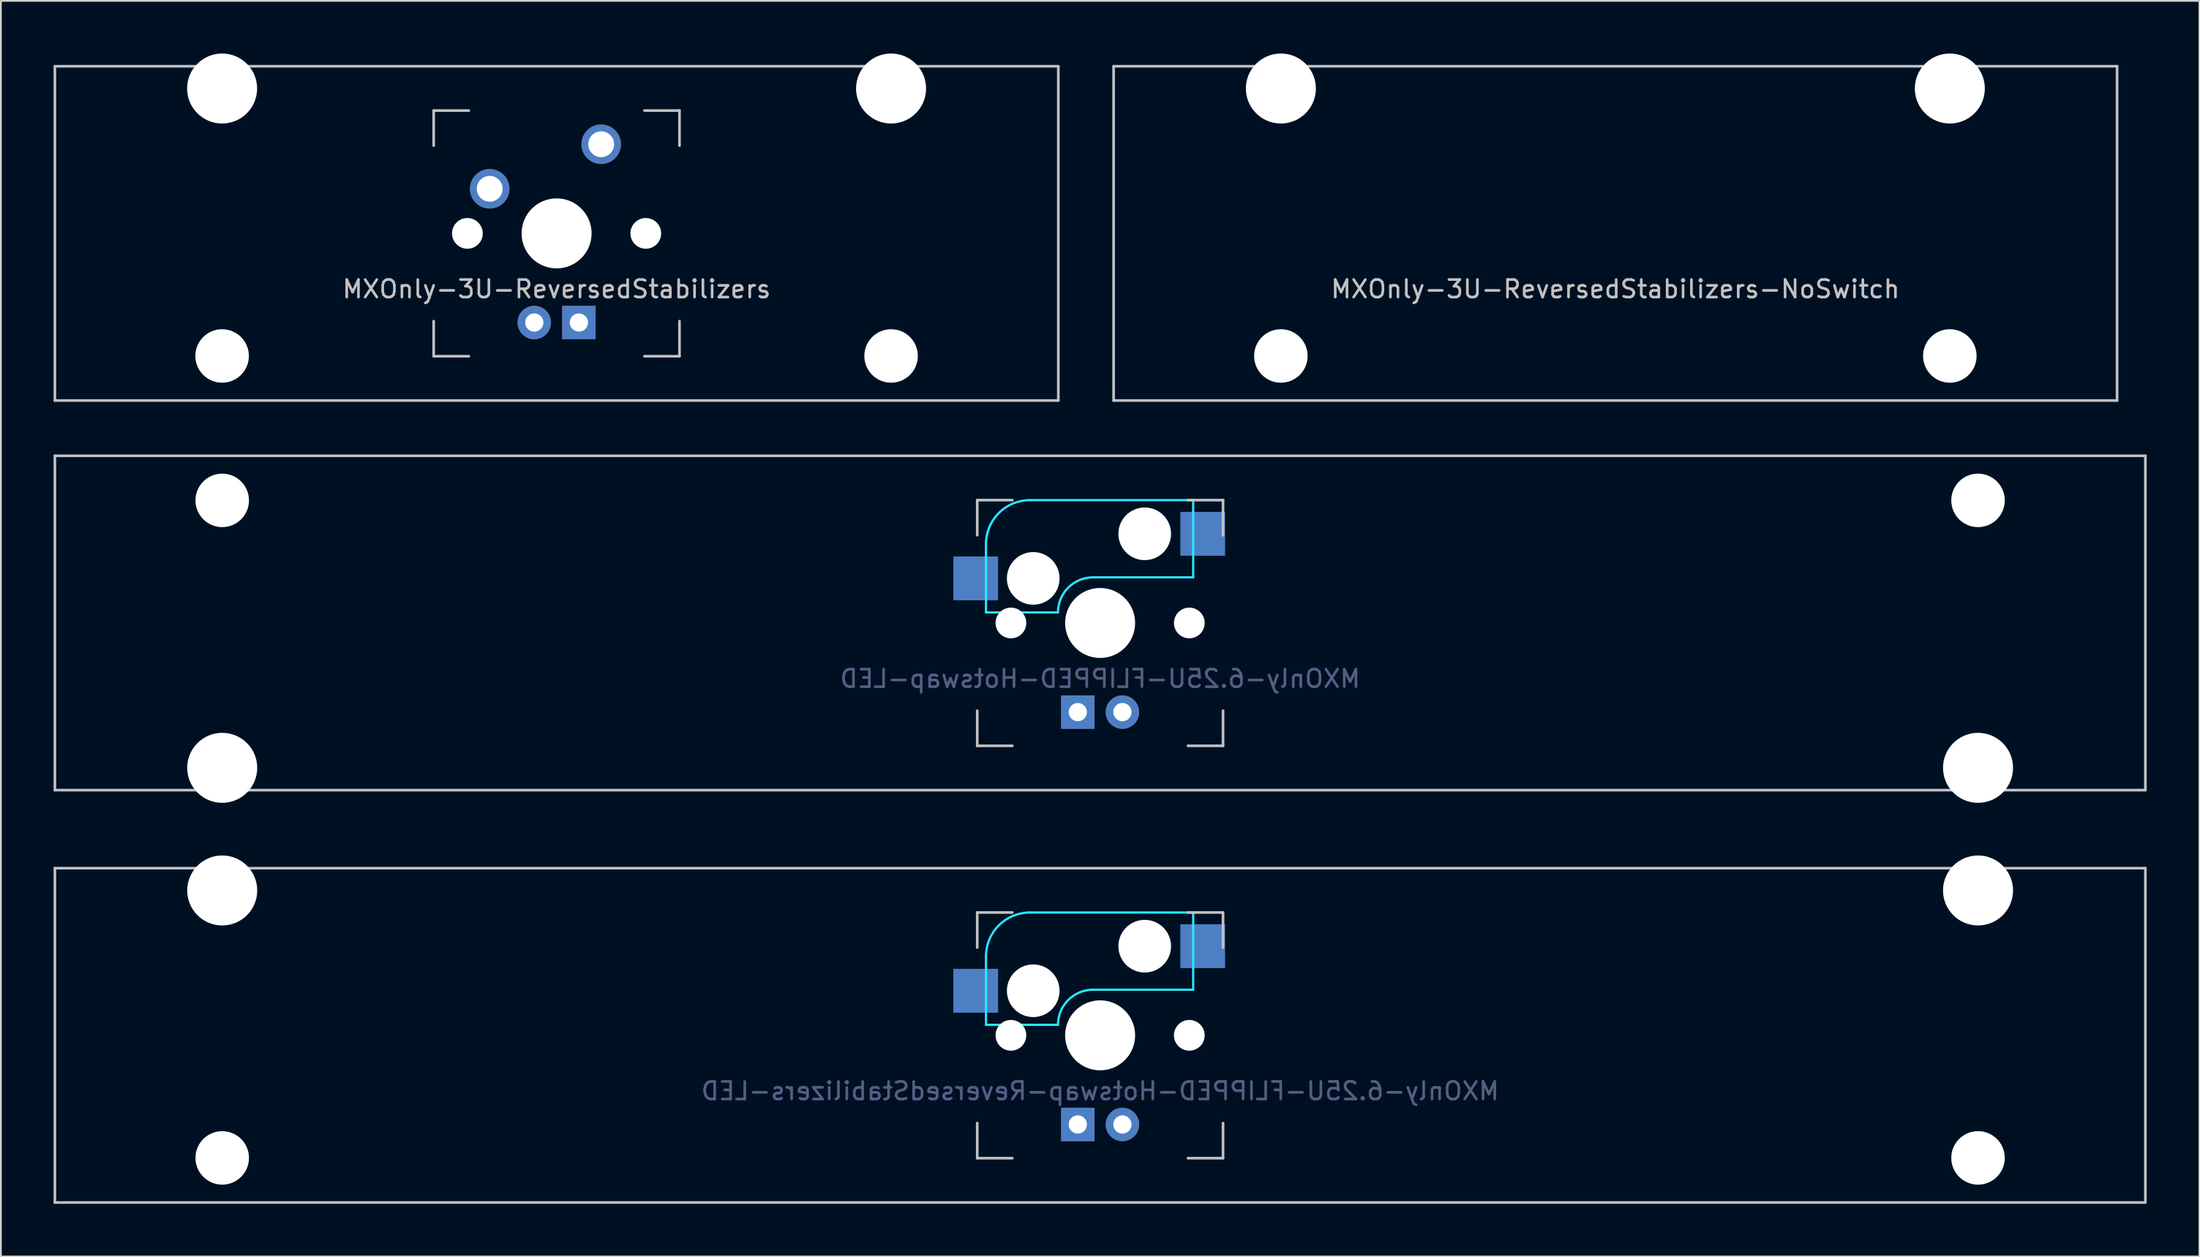
<source format=kicad_pcb>
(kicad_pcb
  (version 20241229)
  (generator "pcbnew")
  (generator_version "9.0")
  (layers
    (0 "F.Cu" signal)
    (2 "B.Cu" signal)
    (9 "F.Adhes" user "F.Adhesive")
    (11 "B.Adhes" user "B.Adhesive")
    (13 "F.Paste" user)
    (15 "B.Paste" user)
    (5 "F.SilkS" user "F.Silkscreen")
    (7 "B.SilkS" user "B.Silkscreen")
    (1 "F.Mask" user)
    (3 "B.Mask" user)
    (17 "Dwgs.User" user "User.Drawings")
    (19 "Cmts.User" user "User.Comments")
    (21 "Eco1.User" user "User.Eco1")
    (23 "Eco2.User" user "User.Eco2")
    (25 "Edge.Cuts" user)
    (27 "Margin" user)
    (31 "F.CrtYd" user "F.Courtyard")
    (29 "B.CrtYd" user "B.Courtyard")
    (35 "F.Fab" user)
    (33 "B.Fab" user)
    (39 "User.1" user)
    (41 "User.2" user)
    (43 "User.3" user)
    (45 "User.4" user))
  (footprint "MXOnly-6.25U-FLIPPED-Hotswap-LED"
    (layer "F.Cu")
    (at 59.606 32.449)
    (property "Reference" "MXOnly-6.25U-FLIPPED-Hotswap-LED" (at 0 3.175 0) (layer "B.Fab") (effects (font (size 1 1) (thickness 0.15)) (justify mirror)))
    (attr through_hole)
    (fp_line (start -59.531 -9.525) (end 59.531 -9.525) (stroke (width 0.15) (type solid)) (layer "Dwgs.User"))
    (fp_line (start -59.531 9.525) (end -59.531 -9.525) (stroke (width 0.15) (type solid)) (layer "Dwgs.User"))
    (fp_line (start -59.531 9.525) (end 59.531 9.525) (stroke (width 0.15) (type solid)) (layer "Dwgs.User"))
    (fp_line (start -7 -7) (end -7 -5) (stroke (width 0.15) (type solid)) (layer "Dwgs.User"))
    (fp_line (start -7 5) (end -7 7) (stroke (width 0.15) (type solid)) (layer "Dwgs.User"))
    (fp_line (start -7 7) (end -5 7) (stroke (width 0.15) (type solid)) (layer "Dwgs.User"))
    (fp_line (start -5 -7) (end -7 -7) (stroke (width 0.15) (type solid)) (layer "Dwgs.User"))
    (fp_line (start 5 -7) (end 7 -7) (stroke (width 0.15) (type solid)) (layer "Dwgs.User"))
    (fp_line (start 5 7) (end 7 7) (stroke (width 0.15) (type solid)) (layer "Dwgs.User"))
    (fp_line (start 7 -7) (end 7 -5) (stroke (width 0.15) (type solid)) (layer "Dwgs.User"))
    (fp_line (start 7 7) (end 7 5) (stroke (width 0.15) (type solid)) (layer "Dwgs.User"))
    (fp_line (start 59.531 -9.525) (end 59.531 9.525) (stroke (width 0.15) (type solid)) (layer "Dwgs.User"))
    (fp_line (start -6.5 -4.5) (end -6.5 -0.6) (stroke (width 0.127) (type solid)) (layer "B.CrtYd"))
    (fp_line (start -6.5 -0.6) (end -2.4 -0.6) (stroke (width 0.127) (type solid)) (layer "B.CrtYd"))
    (fp_line (start -0.4 -2.6) (end 5.3 -2.6) (stroke (width 0.127) (type solid)) (layer "B.CrtYd"))
    (fp_line (start 5.3 -7) (end -4 -7) (stroke (width 0.127) (type solid)) (layer "B.CrtYd"))
    (fp_line (start 5.3 -7) (end 5.3 -2.6) (stroke (width 0.127) (type solid)) (layer "B.CrtYd"))
    (fp_arc (start -6.5 -4.5) (mid -5.767767 -6.267767) (end -4 -7) (stroke (width 0.127) (type solid)) (layer "B.CrtYd"))
    (fp_arc (start -2.4 -0.6) (mid -1.814214 -2.014214) (end -0.4 -2.6) (stroke (width 0.127) (type solid)) (layer "B.CrtYd"))
    (pad "" np_thru_hole circle (at -50 -6.985) (size 3.048 3.048) (drill 3.048) (layers "*.Cu" "*.Mask"))
    (pad "" np_thru_hole circle (at -50 8.255) (size 3.988 3.988) (drill 3.988) (layers "*.Cu" "*.Mask"))
    (pad "" np_thru_hole circle (at -5.08 0 48.1) (size 1.75 1.75) (drill 1.75) (layers "*.Cu" "*.Mask"))
    (pad "" np_thru_hole circle (at -3.81 -2.54) (size 3 3) (drill 3) (layers "*.Cu" "*.Mask"))
    (pad "" np_thru_hole circle (at 0 0) (size 3.988 3.988) (drill 3.988) (layers "*.Cu" "*.Mask"))
    (pad "" np_thru_hole circle (at 2.54 -5.08) (size 3 3) (drill 3) (layers "*.Cu" "*.Mask"))
    (pad "" np_thru_hole circle (at 5.08 0 48.1) (size 1.75 1.75) (drill 1.75) (layers "*.Cu" "*.Mask"))
    (pad "" np_thru_hole circle (at 50 -6.985) (size 3.048 3.048) (drill 3.048) (layers "*.Cu" "*.Mask"))
    (pad "" np_thru_hole circle (at 50 8.255) (size 3.988 3.988) (drill 3.988) (layers "*.Cu" "*.Mask"))
    (pad "1" smd rect (at -7.085 -2.54) (size 2.55 2.5) (layers "B.Cu" "B.Mask" "B.Paste"))
    (pad "2" smd rect (at 5.842 -5.08) (size 2.55 2.5) (layers "B.Cu" "B.Mask" "B.Paste"))
    (pad "3" thru_hole circle (at 1.27 5.08 180) (size 1.905 1.905) (drill 1.04) (layers "*.Cu" "B.Mask"))
    (pad "4" thru_hole rect (at -1.27 5.08 180) (size 1.905 1.905) (drill 1.04) (layers "*.Cu" "B.Mask")))
  (footprint "MXOnly-3U-ReversedStabilizers-NoSwitch"
    (layer "F.Cu")
    (at 88.95 10.249)
    (property "Reference" "MXOnly-3U-ReversedStabilizers-NoSwitch" (at 0 3.175 0) (layer "Dwgs.User") (effects (font (size 1 1) (thickness 0.15))))
    (attr through_hole)
    (fp_line (start -28.575 -9.525) (end 28.575 -9.525) (stroke (width 0.15) (type solid)) (layer "Dwgs.User"))
    (fp_line (start -28.575 9.525) (end -28.575 -9.525) (stroke (width 0.15) (type solid)) (layer "Dwgs.User"))
    (fp_line (start -28.575 9.525) (end 28.575 9.525) (stroke (width 0.15) (type solid)) (layer "Dwgs.User"))
    (fp_line (start 28.575 -9.525) (end 28.575 9.525) (stroke (width 0.15) (type solid)) (layer "Dwgs.User"))
    (pad "" np_thru_hole circle (at -19.05 -8.255) (size 3.988 3.988) (drill 3.988) (layers "*.Cu" "*.Mask"))
    (pad "" np_thru_hole circle (at -19.05 6.985) (size 3.048 3.048) (drill 3.048) (layers "*.Cu" "*.Mask"))
    (pad "" np_thru_hole circle (at 19.05 -8.255) (size 3.988 3.988) (drill 3.988) (layers "*.Cu" "*.Mask"))
    (pad "" np_thru_hole circle (at 19.05 6.985) (size 3.048 3.048) (drill 3.048) (layers "*.Cu" "*.Mask")))
  (footprint "MXOnly-6.25U-FLIPPED-Hotswap-ReversedStabilizers-LED"
    (layer "F.Cu")
    (at 59.606 55.947)
    (property "Reference" "MXOnly-6.25U-FLIPPED-Hotswap-ReversedStabilizers-LED" (at 0 3.175 0) (layer "B.Fab") (effects (font (size 1 1) (thickness 0.15)) (justify mirror)))
    (attr through_hole)
    (fp_line (start -59.531 -9.525) (end 59.531 -9.525) (stroke (width 0.15) (type solid)) (layer "Dwgs.User"))
    (fp_line (start -59.531 9.525) (end -59.531 -9.525) (stroke (width 0.15) (type solid)) (layer "Dwgs.User"))
    (fp_line (start -59.531 9.525) (end 59.531 9.525) (stroke (width 0.15) (type solid)) (layer "Dwgs.User"))
    (fp_line (start -7 -7) (end -7 -5) (stroke (width 0.15) (type solid)) (layer "Dwgs.User"))
    (fp_line (start -7 5) (end -7 7) (stroke (width 0.15) (type solid)) (layer "Dwgs.User"))
    (fp_line (start -7 7) (end -5 7) (stroke (width 0.15) (type solid)) (layer "Dwgs.User"))
    (fp_line (start -5 -7) (end -7 -7) (stroke (width 0.15) (type solid)) (layer "Dwgs.User"))
    (fp_line (start 5 -7) (end 7 -7) (stroke (width 0.15) (type solid)) (layer "Dwgs.User"))
    (fp_line (start 5 7) (end 7 7) (stroke (width 0.15) (type solid)) (layer "Dwgs.User"))
    (fp_line (start 7 -7) (end 7 -5) (stroke (width 0.15) (type solid)) (layer "Dwgs.User"))
    (fp_line (start 7 7) (end 7 5) (stroke (width 0.15) (type solid)) (layer "Dwgs.User"))
    (fp_line (start 59.531 -9.525) (end 59.531 9.525) (stroke (width 0.15) (type solid)) (layer "Dwgs.User"))
    (fp_line (start -6.5 -4.5) (end -6.5 -0.6) (stroke (width 0.127) (type solid)) (layer "B.CrtYd"))
    (fp_line (start -6.5 -0.6) (end -2.4 -0.6) (stroke (width 0.127) (type solid)) (layer "B.CrtYd"))
    (fp_line (start -0.4 -2.6) (end 5.3 -2.6) (stroke (width 0.127) (type solid)) (layer "B.CrtYd"))
    (fp_line (start 5.3 -7) (end -4 -7) (stroke (width 0.127) (type solid)) (layer "B.CrtYd"))
    (fp_line (start 5.3 -7) (end 5.3 -2.6) (stroke (width 0.127) (type solid)) (layer "B.CrtYd"))
    (fp_arc (start -6.5 -4.5) (mid -5.767767 -6.267767) (end -4 -7) (stroke (width 0.127) (type solid)) (layer "B.CrtYd"))
    (fp_arc (start -2.4 -0.6) (mid -1.814214 -2.014214) (end -0.4 -2.6) (stroke (width 0.127) (type solid)) (layer "B.CrtYd"))
    (pad "" np_thru_hole circle (at -50 -8.255 180) (size 3.988 3.988) (drill 3.988) (layers "*.Cu" "*.Mask"))
    (pad "" np_thru_hole circle (at -50 6.985 180) (size 3.048 3.048) (drill 3.048) (layers "*.Cu" "*.Mask"))
    (pad "" np_thru_hole circle (at -5.08 0 48.1) (size 1.75 1.75) (drill 1.75) (layers "*.Cu" "*.Mask"))
    (pad "" np_thru_hole circle (at -3.81 -2.54) (size 3 3) (drill 3) (layers "*.Cu" "*.Mask"))
    (pad "" np_thru_hole circle (at 0 0) (size 3.988 3.988) (drill 3.988) (layers "*.Cu" "*.Mask"))
    (pad "" np_thru_hole circle (at 2.54 -5.08) (size 3 3) (drill 3) (layers "*.Cu" "*.Mask"))
    (pad "" np_thru_hole circle (at 5.08 0 48.1) (size 1.75 1.75) (drill 1.75) (layers "*.Cu" "*.Mask"))
    (pad "" np_thru_hole circle (at 50 -8.255 180) (size 3.988 3.988) (drill 3.988) (layers "*.Cu" "*.Mask"))
    (pad "" np_thru_hole circle (at 50 6.985 180) (size 3.048 3.048) (drill 3.048) (layers "*.Cu" "*.Mask"))
    (pad "1" smd rect (at -7.085 -2.54) (size 2.55 2.5) (layers "B.Cu" "B.Mask" "B.Paste"))
    (pad "2" smd rect (at 5.842 -5.08) (size 2.55 2.5) (layers "B.Cu" "B.Mask" "B.Paste"))
    (pad "3" thru_hole circle (at 1.27 5.08 180) (size 1.905 1.905) (drill 1.04) (layers "*.Cu" "B.Mask"))
    (pad "4" thru_hole rect (at -1.27 5.08 180) (size 1.905 1.905) (drill 1.04) (layers "*.Cu" "B.Mask")))
  (footprint "MXOnly-3U-ReversedStabilizers"
    (layer "F.Cu")
    (at 28.65 10.249)
    (property "Reference" "MXOnly-3U-ReversedStabilizers" (at 0 3.175 0) (layer "Dwgs.User") (effects (font (size 1 1) (thickness 0.15))))
    (attr through_hole)
    (fp_line (start -28.575 -9.525) (end 28.575 -9.525) (stroke (width 0.15) (type solid)) (layer "Dwgs.User"))
    (fp_line (start -28.575 9.525) (end -28.575 -9.525) (stroke (width 0.15) (type solid)) (layer "Dwgs.User"))
    (fp_line (start -28.575 9.525) (end 28.575 9.525) (stroke (width 0.15) (type solid)) (layer "Dwgs.User"))
    (fp_line (start -7 -7) (end -7 -5) (stroke (width 0.15) (type solid)) (layer "Dwgs.User"))
    (fp_line (start -7 5) (end -7 7) (stroke (width 0.15) (type solid)) (layer "Dwgs.User"))
    (fp_line (start -7 7) (end -5 7) (stroke (width 0.15) (type solid)) (layer "Dwgs.User"))
    (fp_line (start -5 -7) (end -7 -7) (stroke (width 0.15) (type solid)) (layer "Dwgs.User"))
    (fp_line (start 5 -7) (end 7 -7) (stroke (width 0.15) (type solid)) (layer "Dwgs.User"))
    (fp_line (start 5 7) (end 7 7) (stroke (width 0.15) (type solid)) (layer "Dwgs.User"))
    (fp_line (start 7 -7) (end 7 -5) (stroke (width 0.15) (type solid)) (layer "Dwgs.User"))
    (fp_line (start 7 7) (end 7 5) (stroke (width 0.15) (type solid)) (layer "Dwgs.User"))
    (fp_line (start 28.575 -9.525) (end 28.575 9.525) (stroke (width 0.15) (type solid)) (layer "Dwgs.User"))
    (pad "" np_thru_hole circle (at -19.05 -8.255) (size 3.988 3.988) (drill 3.988) (layers "*.Cu" "*.Mask"))
    (pad "" np_thru_hole circle (at -19.05 6.985) (size 3.048 3.048) (drill 3.048) (layers "*.Cu" "*.Mask"))
    (pad "" np_thru_hole circle (at -5.08 0 48.1) (size 1.75 1.75) (drill 1.75) (layers "*.Cu" "*.Mask"))
    (pad "" np_thru_hole circle (at 0 0) (size 3.988 3.988) (drill 3.988) (layers "*.Cu" "*.Mask"))
    (pad "" np_thru_hole circle (at 5.08 0 48.1) (size 1.75 1.75) (drill 1.75) (layers "*.Cu" "*.Mask"))
    (pad "" np_thru_hole circle (at 19.05 -8.255) (size 3.988 3.988) (drill 3.988) (layers "*.Cu" "*.Mask"))
    (pad "" np_thru_hole circle (at 19.05 6.985) (size 3.048 3.048) (drill 3.048) (layers "*.Cu" "*.Mask"))
    (pad "1" thru_hole circle (at -3.81 -2.54 48.1) (size 2.25 2.25) (drill 1.47) (layers "*.Cu" "B.Mask"))
    (pad "2" thru_hole circle (at 2.54 -5.08) (size 2.25 2.25) (drill 1.47) (layers "*.Cu" "B.Mask"))
    (pad "3" thru_hole circle (at -1.27 5.08) (size 1.905 1.905) (drill 1.04) (layers "*.Cu" "B.Mask"))
    (pad "4" thru_hole rect (at 1.27 5.08) (size 1.905 1.905) (drill 1.04) (layers "*.Cu" "B.Mask")))
  (gr_rect
    (start -3 -3)
    (end 122.213 68.547)
    (stroke (width 0.1) (type default))
    (fill no)
    (layer "Edge.Cuts")))
</source>
